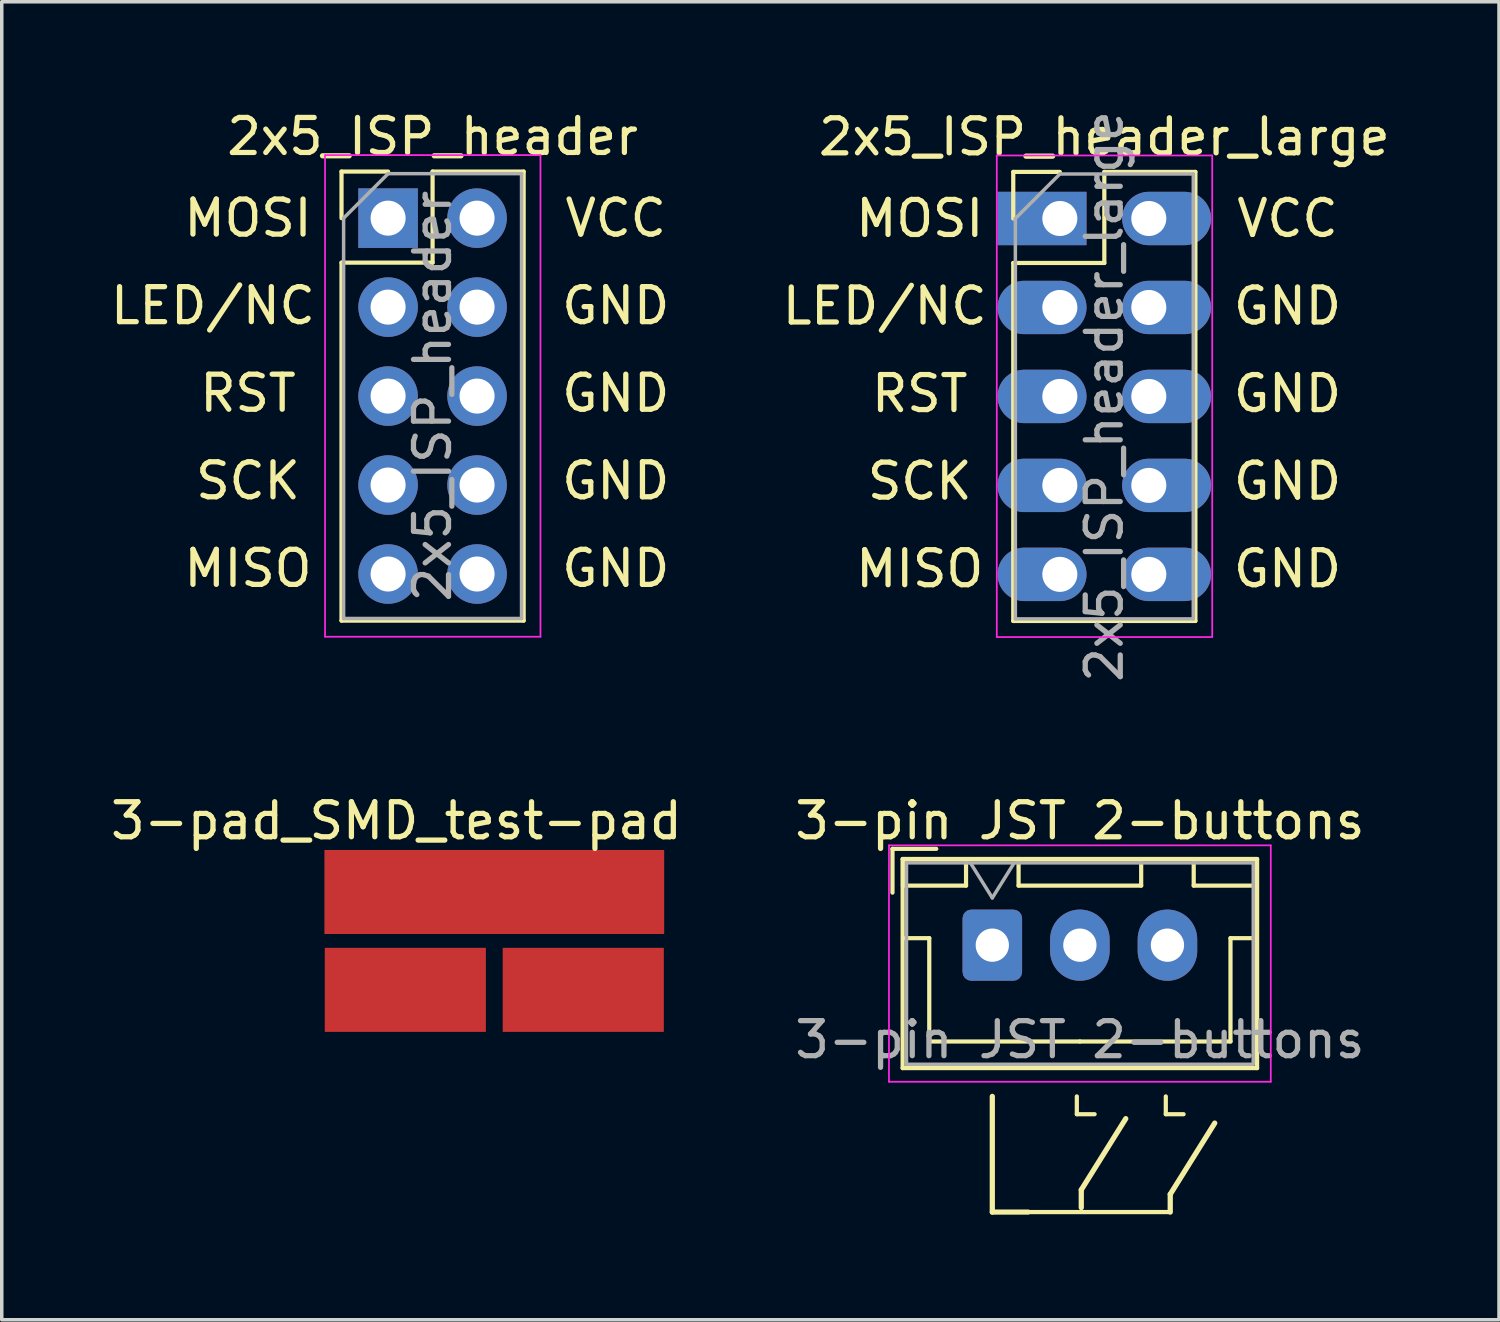
<source format=kicad_pcb>
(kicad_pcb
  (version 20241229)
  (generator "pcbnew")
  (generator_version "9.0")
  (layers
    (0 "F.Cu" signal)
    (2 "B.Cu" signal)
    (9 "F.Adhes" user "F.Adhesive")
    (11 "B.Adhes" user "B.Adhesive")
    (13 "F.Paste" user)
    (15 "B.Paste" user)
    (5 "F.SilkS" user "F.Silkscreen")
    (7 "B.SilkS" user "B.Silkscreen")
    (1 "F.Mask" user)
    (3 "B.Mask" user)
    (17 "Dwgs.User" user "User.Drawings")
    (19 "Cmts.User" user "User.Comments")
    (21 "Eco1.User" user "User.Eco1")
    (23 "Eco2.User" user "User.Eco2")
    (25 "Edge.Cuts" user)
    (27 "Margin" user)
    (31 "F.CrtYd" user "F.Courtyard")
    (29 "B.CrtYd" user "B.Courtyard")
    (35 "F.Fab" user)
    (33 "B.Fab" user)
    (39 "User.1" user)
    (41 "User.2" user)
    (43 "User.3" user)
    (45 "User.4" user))
  (footprint "2x5_ISP_header_large"
    (layer "F.Cu")
    (at 27.208 3.188)
    (property "Reference" "2x5_ISP_header_large" (at 1.27 -2.33 0) (layer "F.SilkS") (effects (font (size 1 1) (thickness 0.15))))
    (attr through_hole)
    (fp_line (start -1.33 -1.33) (end 0 -1.33) (stroke (width 0.12) (type solid)) (layer "F.SilkS"))
    (fp_line (start -1.33 0) (end -1.33 -1.33) (stroke (width 0.12) (type solid)) (layer "F.SilkS"))
    (fp_line (start -1.33 1.27) (end -1.33 11.49) (stroke (width 0.12) (type solid)) (layer "F.SilkS"))
    (fp_line (start -1.33 1.27) (end 1.27 1.27) (stroke (width 0.12) (type solid)) (layer "F.SilkS"))
    (fp_line (start -1.33 11.49) (end 3.87 11.49) (stroke (width 0.12) (type solid)) (layer "F.SilkS"))
    (fp_line (start 1.27 -1.33) (end 3.87 -1.33) (stroke (width 0.12) (type solid)) (layer "F.SilkS"))
    (fp_line (start 1.27 1.27) (end 1.27 -1.33) (stroke (width 0.12) (type solid)) (layer "F.SilkS"))
    (fp_line (start 3.87 -1.33) (end 3.87 11.49) (stroke (width 0.12) (type solid)) (layer "F.SilkS"))
    (fp_line (start -1.8 -1.8) (end -1.8 11.95) (stroke (width 0.05) (type solid)) (layer "F.CrtYd"))
    (fp_line (start -1.8 11.95) (end 4.35 11.95) (stroke (width 0.05) (type solid)) (layer "F.CrtYd"))
    (fp_line (start 4.35 -1.8) (end -1.8 -1.8) (stroke (width 0.05) (type solid)) (layer "F.CrtYd"))
    (fp_line (start 4.35 11.95) (end 4.35 -1.8) (stroke (width 0.05) (type solid)) (layer "F.CrtYd"))
    (fp_line (start -1.27 0) (end 0 -1.27) (stroke (width 0.1) (type solid)) (layer "F.Fab"))
    (fp_line (start -1.27 11.43) (end -1.27 0) (stroke (width 0.1) (type solid)) (layer "F.Fab"))
    (fp_line (start 0 -1.27) (end 3.81 -1.27) (stroke (width 0.1) (type solid)) (layer "F.Fab"))
    (fp_line (start 3.81 -1.27) (end 3.81 11.43) (stroke (width 0.1) (type solid)) (layer "F.Fab"))
    (fp_line (start 3.81 11.43) (end -1.27 11.43) (stroke (width 0.1) (type solid)) (layer "F.Fab"))
    (fp_text user "GND" (at 6.5 7.5 0) (layer "F.SilkS") (effects (font (size 1 1) (thickness 0.15))))
    (fp_text user "RST" (at -4 5 0) (layer "F.SilkS") (effects (font (size 1 1) (thickness 0.15))))
    (fp_text user "GND" (at 6.5 2.5 0) (layer "F.SilkS") (effects (font (size 1 1) (thickness 0.15))))
    (fp_text user "SCK" (at -4 7.5 0) (layer "F.SilkS") (effects (font (size 1 1) (thickness 0.15))))
    (fp_text user "MISO" (at -4 10 0) (layer "F.SilkS") (effects (font (size 1 1) (thickness 0.15))))
    (fp_text user "GND" (at 6.5 5 0) (layer "F.SilkS") (effects (font (size 1 1) (thickness 0.15))))
    (fp_text user "GND" (at 6.5 10 0) (layer "F.SilkS") (effects (font (size 1 1) (thickness 0.15))))
    (fp_text user "MOSI" (at -4 0 0) (layer "F.SilkS") (effects (font (size 1 1) (thickness 0.15))))
    (fp_text user "LED/NC" (at -5 2.5 0) (layer "F.SilkS") (effects (font (size 1 1) (thickness 0.15))))
    (fp_text user "VCC" (at 6.5 0 0) (layer "F.SilkS") (effects (font (size 1 1) (thickness 0.15))))
    (fp_text user "${REFERENCE}" (at 1.27 5.08 90) (layer "F.Fab") (effects (font (size 1 1) (thickness 0.15))))
    (pad "1" thru_hole rect (at 0 0) (size 2.54 1.524) (drill 1 (offset -0.508 0)) (layers "*.Cu" "*.Mask"))
    (pad "2" thru_hole oval (at 2.54 0) (size 2.54 1.524) (drill 1 (offset 0.508 0)) (layers "*.Cu" "*.Mask"))
    (pad "3" thru_hole oval (at 0 2.54) (size 2.54 1.524) (drill 1 (offset -0.508 0)) (layers "*.Cu" "*.Mask"))
    (pad "4" thru_hole oval (at 2.54 2.54) (size 2.54 1.524) (drill 1 (offset 0.508 0)) (layers "*.Cu" "*.Mask"))
    (pad "5" thru_hole oval (at 0 5.08) (size 2.54 1.524) (drill 1 (offset -0.508 0)) (layers "*.Cu" "*.Mask"))
    (pad "6" thru_hole oval (at 2.54 5.08) (size 2.54 1.524) (drill 1 (offset 0.508 0)) (layers "*.Cu" "*.Mask"))
    (pad "7" thru_hole oval (at 0 7.62) (size 2.54 1.524) (drill 1 (offset -0.508 0)) (layers "*.Cu" "*.Mask"))
    (pad "8" thru_hole oval (at 2.54 7.62) (size 2.54 1.524) (drill 1 (offset 0.508 0)) (layers "*.Cu" "*.Mask"))
    (pad "9" thru_hole oval (at 0 10.16) (size 2.54 1.524) (drill 1 (offset -0.508 0)) (layers "*.Cu" "*.Mask"))
    (pad "10" thru_hole oval (at 2.54 10.16) (size 2.54 1.524) (drill 1 (offset 0.508 0)) (layers "*.Cu" "*.Mask")))
  (footprint "2x5_ISP_header"
    (layer "F.Cu")
    (at 8.03 3.178)
    (property "Reference" "2x5_ISP_header" (at 1.27 -2.33 0) (layer "F.SilkS") (effects (font (size 1 1) (thickness 0.15))))
    (attr through_hole)
    (fp_line (start -1.33 -1.33) (end 0 -1.33) (stroke (width 0.12) (type solid)) (layer "F.SilkS"))
    (fp_line (start -1.33 0) (end -1.33 -1.33) (stroke (width 0.12) (type solid)) (layer "F.SilkS"))
    (fp_line (start -1.33 1.27) (end -1.33 11.49) (stroke (width 0.12) (type solid)) (layer "F.SilkS"))
    (fp_line (start -1.33 1.27) (end 1.27 1.27) (stroke (width 0.12) (type solid)) (layer "F.SilkS"))
    (fp_line (start -1.33 11.49) (end 3.87 11.49) (stroke (width 0.12) (type solid)) (layer "F.SilkS"))
    (fp_line (start 1.27 -1.33) (end 3.87 -1.33) (stroke (width 0.12) (type solid)) (layer "F.SilkS"))
    (fp_line (start 1.27 1.27) (end 1.27 -1.33) (stroke (width 0.12) (type solid)) (layer "F.SilkS"))
    (fp_line (start 3.87 -1.33) (end 3.87 11.49) (stroke (width 0.12) (type solid)) (layer "F.SilkS"))
    (fp_line (start -1.8 -1.8) (end -1.8 11.95) (stroke (width 0.05) (type solid)) (layer "F.CrtYd"))
    (fp_line (start -1.8 11.95) (end 4.35 11.95) (stroke (width 0.05) (type solid)) (layer "F.CrtYd"))
    (fp_line (start 4.35 -1.8) (end -1.8 -1.8) (stroke (width 0.05) (type solid)) (layer "F.CrtYd"))
    (fp_line (start 4.35 11.95) (end 4.35 -1.8) (stroke (width 0.05) (type solid)) (layer "F.CrtYd"))
    (fp_line (start -1.27 0) (end 0 -1.27) (stroke (width 0.1) (type solid)) (layer "F.Fab"))
    (fp_line (start -1.27 11.43) (end -1.27 0) (stroke (width 0.1) (type solid)) (layer "F.Fab"))
    (fp_line (start 0 -1.27) (end 3.81 -1.27) (stroke (width 0.1) (type solid)) (layer "F.Fab"))
    (fp_line (start 3.81 -1.27) (end 3.81 11.43) (stroke (width 0.1) (type solid)) (layer "F.Fab"))
    (fp_line (start 3.81 11.43) (end -1.27 11.43) (stroke (width 0.1) (type solid)) (layer "F.Fab"))
    (fp_text user "VCC" (at 6.5 0 0) (layer "F.SilkS") (effects (font (size 1 1) (thickness 0.15))))
    (fp_text user "MOSI" (at -4 0 0) (layer "F.SilkS") (effects (font (size 1 1) (thickness 0.15))))
    (fp_text user "RST" (at -4 5 0) (layer "F.SilkS") (effects (font (size 1 1) (thickness 0.15))))
    (fp_text user "GND" (at 6.5 2.5 0) (layer "F.SilkS") (effects (font (size 1 1) (thickness 0.15))))
    (fp_text user "GND" (at 6.5 10 0) (layer "F.SilkS") (effects (font (size 1 1) (thickness 0.15))))
    (fp_text user "GND" (at 6.5 5 0) (layer "F.SilkS") (effects (font (size 1 1) (thickness 0.15))))
    (fp_text user "MISO" (at -4 10 0) (layer "F.SilkS") (effects (font (size 1 1) (thickness 0.15))))
    (fp_text user "LED/NC" (at -5 2.5 0) (layer "F.SilkS") (effects (font (size 1 1) (thickness 0.15))))
    (fp_text user "SCK" (at -4 7.5 0) (layer "F.SilkS") (effects (font (size 1 1) (thickness 0.15))))
    (fp_text user "GND" (at 6.5 7.5 0) (layer "F.SilkS") (effects (font (size 1 1) (thickness 0.15))))
    (fp_text user "${REFERENCE}" (at 1.27 5.08 90) (layer "F.Fab") (effects (font (size 1 1) (thickness 0.15))))
    (pad "1" thru_hole rect (at 0 0) (size 1.7 1.7) (drill 1) (layers "*.Cu" "*.Mask"))
    (pad "2" thru_hole oval (at 2.54 0) (size 1.7 1.7) (drill 1) (layers "*.Cu" "*.Mask"))
    (pad "3" thru_hole oval (at 0 2.54) (size 1.7 1.7) (drill 1) (layers "*.Cu" "*.Mask"))
    (pad "4" thru_hole oval (at 2.54 2.54) (size 1.7 1.7) (drill 1) (layers "*.Cu" "*.Mask"))
    (pad "5" thru_hole oval (at 0 5.08) (size 1.7 1.7) (drill 1) (layers "*.Cu" "*.Mask"))
    (pad "6" thru_hole oval (at 2.54 5.08) (size 1.7 1.7) (drill 1) (layers "*.Cu" "*.Mask"))
    (pad "7" thru_hole oval (at 0 7.62) (size 1.7 1.7) (drill 1) (layers "*.Cu" "*.Mask"))
    (pad "8" thru_hole oval (at 2.54 7.62) (size 1.7 1.7) (drill 1) (layers "*.Cu" "*.Mask"))
    (pad "9" thru_hole oval (at 0 10.16) (size 1.7 1.7) (drill 1) (layers "*.Cu" "*.Mask"))
    (pad "10" thru_hole oval (at 2.54 10.16) (size 1.7 1.7) (drill 1) (layers "*.Cu" "*.Mask")))
  (footprint "3-pad_SMD_test-pad"
    (layer "F.Cu")
    (at 11.062 23.686)
    (property "Reference" "3-pad_SMD_test-pad" (at -2.794 -3.302 0) (layer "F.SilkS") (effects (font (size 1 1) (thickness 0.15))))
    (attr through_hole)
    (pad "1" smd rect (at -2.54 1.524) (size 4.6 2.4) (layers "F.Cu" "F.Mask" "F.Paste"))
    (pad "2" smd rect (at 2.54 1.524) (size 4.6 2.4) (layers "F.Cu" "F.Mask" "F.Paste"))
    (pad "3" smd rect (at 0 -1.27) (size 9.7 2.4) (layers "F.Cu" "F.Mask" "F.Paste")))
  (footprint "3-pin JST 2-buttons"
    (layer "F.Cu")
    (at 25.28 23.934)
    (property "Reference" "3-pin JST 2-buttons" (at 2.5 -3.55 0) (layer "F.SilkS") (effects (font (size 1 1) (thickness 0.15))))
    (attr through_hole)
    (fp_line (start -2.85 -2.75) (end -2.85 -1.5) (stroke (width 0.12) (type solid)) (layer "F.SilkS"))
    (fp_line (start -2.56 -2.46) (end -2.56 3.51) (stroke (width 0.12) (type solid)) (layer "F.SilkS"))
    (fp_line (start -2.56 3.51) (end 7.56 3.51) (stroke (width 0.12) (type solid)) (layer "F.SilkS"))
    (fp_line (start -2.55 -2.45) (end -2.55 -1.7) (stroke (width 0.12) (type solid)) (layer "F.SilkS"))
    (fp_line (start -2.55 -1.7) (end -0.75 -1.7) (stroke (width 0.12) (type solid)) (layer "F.SilkS"))
    (fp_line (start -2.55 -0.2) (end -1.8 -0.2) (stroke (width 0.12) (type solid)) (layer "F.SilkS"))
    (fp_line (start -1.8 -0.2) (end -1.8 2.75) (stroke (width 0.12) (type solid)) (layer "F.SilkS"))
    (fp_line (start -1.8 2.75) (end 2.5 2.75) (stroke (width 0.12) (type solid)) (layer "F.SilkS"))
    (fp_line (start -1.6 -2.75) (end -2.85 -2.75) (stroke (width 0.12) (type solid)) (layer "F.SilkS"))
    (fp_line (start -0.75 -2.45) (end -2.55 -2.45) (stroke (width 0.12) (type solid)) (layer "F.SilkS"))
    (fp_line (start -0.75 -1.7) (end -0.75 -2.45) (stroke (width 0.12) (type solid)) (layer "F.SilkS"))
    (fp_line (start 0 7.62) (end 0 4.318) (stroke (width 0.15) (type solid)) (layer "F.SilkS"))
    (fp_line (start 0.75 -2.45) (end 0.75 -1.7) (stroke (width 0.12) (type solid)) (layer "F.SilkS"))
    (fp_line (start 0.75 -1.7) (end 4.25 -1.7) (stroke (width 0.12) (type solid)) (layer "F.SilkS"))
    (fp_line (start 1.016 7.62) (end 0 7.62) (stroke (width 0.15) (type solid)) (layer "F.SilkS"))
    (fp_line (start 2.413 4.318) (end 2.413 4.826) (stroke (width 0.12) (type solid)) (layer "F.SilkS"))
    (fp_line (start 2.413 4.826) (end 2.921 4.826) (stroke (width 0.12) (type solid)) (layer "F.SilkS"))
    (fp_line (start 2.54 6.985) (end 3.81 4.953) (stroke (width 0.15) (type solid)) (layer "F.SilkS"))
    (fp_line (start 2.54 7.493) (end 2.54 6.985) (stroke (width 0.15) (type solid)) (layer "F.SilkS"))
    (fp_line (start 4.25 -2.45) (end 0.75 -2.45) (stroke (width 0.12) (type solid)) (layer "F.SilkS"))
    (fp_line (start 4.25 -1.7) (end 4.25 -2.45) (stroke (width 0.12) (type solid)) (layer "F.SilkS"))
    (fp_line (start 4.953 4.318) (end 4.953 4.826) (stroke (width 0.12) (type solid)) (layer "F.SilkS"))
    (fp_line (start 4.953 4.826) (end 5.461 4.826) (stroke (width 0.12) (type solid)) (layer "F.SilkS"))
    (fp_line (start 5.08 7.112) (end 6.35 5.08) (stroke (width 0.15) (type solid)) (layer "F.SilkS"))
    (fp_line (start 5.08 7.62) (end 1.016 7.62) (stroke (width 0.12) (type solid)) (layer "F.SilkS"))
    (fp_line (start 5.08 7.62) (end 5.08 7.112) (stroke (width 0.15) (type solid)) (layer "F.SilkS"))
    (fp_line (start 5.75 -2.45) (end 5.75 -1.7) (stroke (width 0.12) (type solid)) (layer "F.SilkS"))
    (fp_line (start 5.75 -1.7) (end 7.55 -1.7) (stroke (width 0.12) (type solid)) (layer "F.SilkS"))
    (fp_line (start 6.8 -0.2) (end 6.8 2.75) (stroke (width 0.12) (type solid)) (layer "F.SilkS"))
    (fp_line (start 6.8 2.75) (end 2.5 2.75) (stroke (width 0.12) (type solid)) (layer "F.SilkS"))
    (fp_line (start 7.55 -2.45) (end 5.75 -2.45) (stroke (width 0.12) (type solid)) (layer "F.SilkS"))
    (fp_line (start 7.55 -1.7) (end 7.55 -2.45) (stroke (width 0.12) (type solid)) (layer "F.SilkS"))
    (fp_line (start 7.55 -0.2) (end 6.8 -0.2) (stroke (width 0.12) (type solid)) (layer "F.SilkS"))
    (fp_line (start 7.56 -2.46) (end -2.56 -2.46) (stroke (width 0.12) (type solid)) (layer "F.SilkS"))
    (fp_line (start 7.56 3.51) (end 7.56 -2.46) (stroke (width 0.12) (type solid)) (layer "F.SilkS"))
    (fp_line (start -2.95 -2.85) (end -2.95 3.9) (stroke (width 0.05) (type solid)) (layer "F.CrtYd"))
    (fp_line (start -2.95 3.9) (end 7.95 3.9) (stroke (width 0.05) (type solid)) (layer "F.CrtYd"))
    (fp_line (start 7.95 -2.85) (end -2.95 -2.85) (stroke (width 0.05) (type solid)) (layer "F.CrtYd"))
    (fp_line (start 7.95 3.9) (end 7.95 -2.85) (stroke (width 0.05) (type solid)) (layer "F.CrtYd"))
    (fp_line (start -2.45 -2.35) (end -2.45 3.4) (stroke (width 0.1) (type solid)) (layer "F.Fab"))
    (fp_line (start -2.45 3.4) (end 7.45 3.4) (stroke (width 0.1) (type solid)) (layer "F.Fab"))
    (fp_line (start -0.625 -2.35) (end 0 -1.35) (stroke (width 0.1) (type solid)) (layer "F.Fab"))
    (fp_line (start 0 -1.35) (end 0.625 -2.35) (stroke (width 0.1) (type solid)) (layer "F.Fab"))
    (fp_line (start 7.45 -2.35) (end -2.45 -2.35) (stroke (width 0.1) (type solid)) (layer "F.Fab"))
    (fp_line (start 7.45 3.4) (end 7.45 -2.35) (stroke (width 0.1) (type solid)) (layer "F.Fab"))
    (fp_text user "${REFERENCE}" (at 2.5 2.7 0) (layer "F.Fab") (effects (font (size 1 1) (thickness 0.15))))
    (pad "1" thru_hole roundrect (at 0 0) (size 1.7 2.032) (drill 0.95) (layers "*.Cu" "*.Mask") (roundrect_rratio 0.147))
    (pad "2" thru_hole oval (at 2.5 0) (size 1.7 2.032) (drill 0.95) (layers "*.Cu" "*.Mask"))
    (pad "3" thru_hole oval (at 5 0) (size 1.7 2.032) (drill 0.95) (layers "*.Cu" "*.Mask")))
  (gr_rect
    (start -3 -3)
    (end 39.746 34.629)
    (stroke (width 0.1) (type default))
    (fill no)
    (layer "Edge.Cuts")))
</source>
